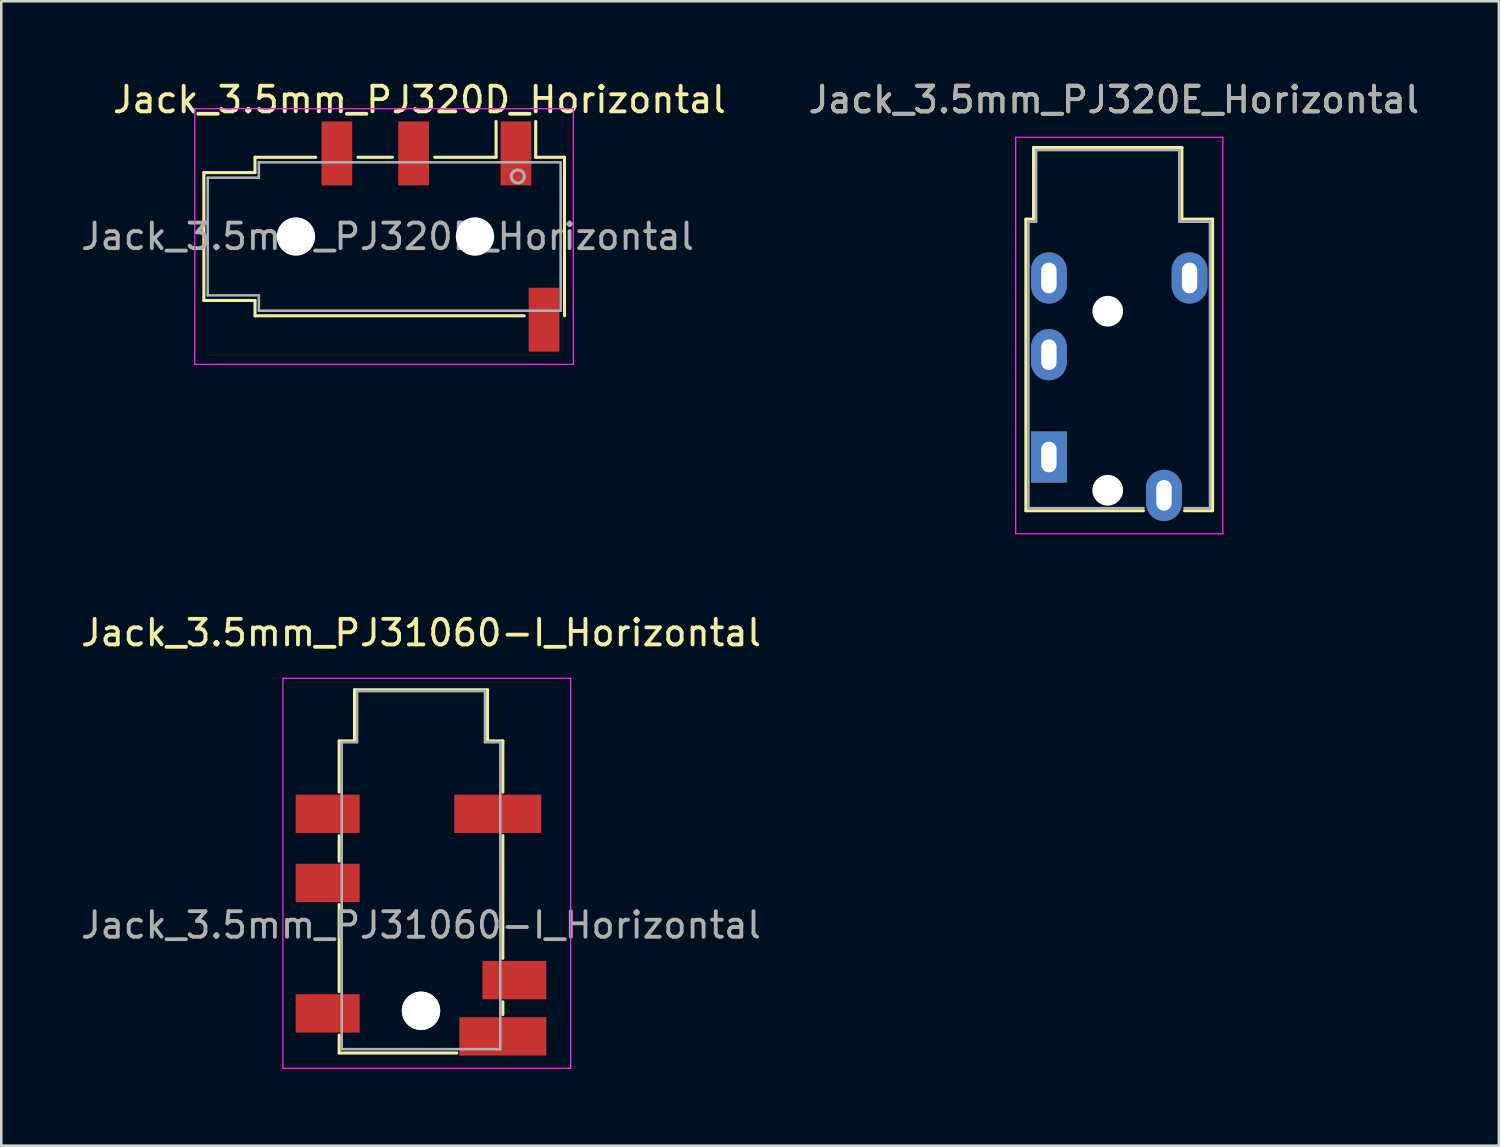
<source format=kicad_pcb>
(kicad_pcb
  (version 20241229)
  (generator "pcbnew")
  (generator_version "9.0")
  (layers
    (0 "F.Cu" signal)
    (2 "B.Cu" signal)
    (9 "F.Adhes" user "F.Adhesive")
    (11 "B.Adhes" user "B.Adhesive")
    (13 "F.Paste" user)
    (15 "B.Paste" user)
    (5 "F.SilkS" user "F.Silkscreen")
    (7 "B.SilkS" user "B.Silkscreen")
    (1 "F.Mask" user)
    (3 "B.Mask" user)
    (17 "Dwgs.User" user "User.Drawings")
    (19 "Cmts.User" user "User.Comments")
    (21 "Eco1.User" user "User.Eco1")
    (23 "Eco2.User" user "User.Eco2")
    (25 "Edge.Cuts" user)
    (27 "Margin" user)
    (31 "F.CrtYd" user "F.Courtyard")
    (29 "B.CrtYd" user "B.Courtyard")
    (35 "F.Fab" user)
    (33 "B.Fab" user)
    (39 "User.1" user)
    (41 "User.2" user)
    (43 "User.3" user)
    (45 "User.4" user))
  (footprint "Jack_3.5mm_PJ31060-I_Horizontal"
    (layer "F.Cu")
    (at 13.411 33.121)
    (property "Reference" "Jack_3.5mm_PJ31060-I_Horizontal" (at 0 -11.43 0) (layer "F.SilkS") (effects (font (size 1 1) (thickness 0.15))))
    (attr smd)
    (fp_line (start -3.2 -7.2) (end -2.6 -7.2) (stroke (width 0.12) (type solid)) (layer "F.SilkS"))
    (fp_line (start -3.2 -5.2) (end -3.2 -7.2) (stroke (width 0.12) (type solid)) (layer "F.SilkS"))
    (fp_line (start -3.2 -2.5) (end -3.2 -3.5) (stroke (width 0.12) (type solid)) (layer "F.SilkS"))
    (fp_line (start -3.2 2.6) (end -3.2 -0.8) (stroke (width 0.12) (type solid)) (layer "F.SilkS"))
    (fp_line (start -3.2 5) (end -3.2 4.3) (stroke (width 0.12) (type solid)) (layer "F.SilkS"))
    (fp_line (start -2.6 -9.2) (end 2.6 -9.2) (stroke (width 0.12) (type solid)) (layer "F.SilkS"))
    (fp_line (start -2.6 -7.2) (end -2.6 -9.2) (stroke (width 0.12) (type solid)) (layer "F.SilkS"))
    (fp_line (start 1.4 5) (end -3.2 5) (stroke (width 0.12) (type solid)) (layer "F.SilkS"))
    (fp_line (start 2.6 -9.2) (end 2.6 -7.2) (stroke (width 0.12) (type solid)) (layer "F.SilkS"))
    (fp_line (start 2.6 -7.2) (end 3.2 -7.2) (stroke (width 0.12) (type solid)) (layer "F.SilkS"))
    (fp_line (start 3.2 -7.2) (end 3.2 -5.2) (stroke (width 0.12) (type solid)) (layer "F.SilkS"))
    (fp_line (start 3.2 -3.5) (end 3.2 1.3) (stroke (width 0.12) (type solid)) (layer "F.SilkS"))
    (fp_line (start 3.2 3) (end 3.2 3.5) (stroke (width 0.12) (type solid)) (layer "F.SilkS"))
    (fp_line (start -5.4 -9.65) (end -5.4 5.6) (stroke (width 0.05) (type solid)) (layer "F.CrtYd"))
    (fp_line (start -5.4 -9.65) (end 5.85 -9.65) (stroke (width 0.05) (type solid)) (layer "F.CrtYd"))
    (fp_line (start 5.85 5.6) (end -5.4 5.6) (stroke (width 0.05) (type solid)) (layer "F.CrtYd"))
    (fp_line (start 5.85 5.6) (end 5.85 -9.65) (stroke (width 0.05) (type solid)) (layer "F.CrtYd"))
    (fp_line (start -3.1 -7.15) (end -3.1 4.85) (stroke (width 0.1) (type solid)) (layer "F.Fab"))
    (fp_line (start -2.5 -9.15) (end -2.5 -7.15) (stroke (width 0.1) (type solid)) (layer "F.Fab"))
    (fp_line (start -2.5 -7.15) (end -3.1 -7.15) (stroke (width 0.1) (type solid)) (layer "F.Fab"))
    (fp_line (start 2.5 -9.15) (end -2.5 -9.15) (stroke (width 0.1) (type solid)) (layer "F.Fab"))
    (fp_line (start 2.5 -7.15) (end 2.5 -9.15) (stroke (width 0.1) (type solid)) (layer "F.Fab"))
    (fp_line (start 2.5 -7.15) (end 3.1 -7.15) (stroke (width 0.1) (type solid)) (layer "F.Fab"))
    (fp_line (start 3.1 -7.15) (end 3.1 4.85) (stroke (width 0.1) (type solid)) (layer "F.Fab"))
    (fp_line (start 3.1 4.85) (end -3.1 4.85) (stroke (width 0.1) (type solid)) (layer "F.Fab"))
    (fp_text user "${REFERENCE}" (at 0 0 0) (layer "F.Fab") (effects (font (size 1 1) (thickness 0.15))))
    (pad "" np_thru_hole circle (at 0 3.35) (size 1.5 1.5) (drill 1.5) (layers "*.Cu" "*.Mask" "F.SilkS"))
    (pad "1" smd rect (at -3.65 -4.35) (size 2.5 1.5) (layers "F.Cu" "F.Mask" "F.Paste"))
    (pad "2" smd rect (at 3.65 2.15) (size 2.5 1.5) (layers "F.Cu" "F.Mask" "F.Paste"))
    (pad "3" smd rect (at -3.65 -1.65) (size 2.5 1.5) (layers "F.Cu" "F.Mask" "F.Paste"))
    (pad "4" smd rect (at 3 -4.35) (size 3.4 1.5) (layers "F.Cu" "F.Mask" "F.Paste"))
    (pad "5" smd rect (at 3.2 4.35) (size 3.4 1.5) (layers "F.Cu" "F.Mask" "F.Paste"))
    (pad "6" smd rect (at -3.65 3.45) (size 2.5 1.5) (layers "F.Cu" "F.Mask" "F.Paste")))
  (footprint "Jack_3.5mm_PJ320D_Horizontal"
    (layer "F.Cu")
    (at 13.296 6.198)
    (property "Reference" "Jack_3.5mm_PJ320D_Horizontal" (at 0.05 -5.35 0) (layer "F.SilkS") (effects (font (size 1 1) (thickness 0.15))))
    (attr smd)
    (fp_line (start -8.375 -2.5) (end -8.375 2.5) (stroke (width 0.12) (type solid)) (layer "F.SilkS"))
    (fp_line (start -6.375 -3.1) (end -6.375 -2.5) (stroke (width 0.12) (type solid)) (layer "F.SilkS"))
    (fp_line (start -6.375 -3.1) (end -4 -3.1) (stroke (width 0.12) (type solid)) (layer "F.SilkS"))
    (fp_line (start -6.375 -2.5) (end -8.375 -2.5) (stroke (width 0.12) (type solid)) (layer "F.SilkS"))
    (fp_line (start -6.375 2.5) (end -8.375 2.5) (stroke (width 0.12) (type solid)) (layer "F.SilkS"))
    (fp_line (start -6.375 2.5) (end -6.375 3.1) (stroke (width 0.12) (type solid)) (layer "F.SilkS"))
    (fp_line (start -2.35 -3.1) (end -1 -3.1) (stroke (width 0.12) (type solid)) (layer "F.SilkS"))
    (fp_line (start 0.65 -3.1) (end 3.05 -3.1) (stroke (width 0.12) (type solid)) (layer "F.SilkS"))
    (fp_line (start 3.05 -3.1) (end 3.05 -4.5) (stroke (width 0.12) (type solid)) (layer "F.SilkS"))
    (fp_line (start 4.15 3.1) (end -6.375 3.1) (stroke (width 0.12) (type solid)) (layer "F.SilkS"))
    (fp_line (start 4.6 -3.1) (end 4.6 -4.5) (stroke (width 0.12) (type solid)) (layer "F.SilkS"))
    (fp_line (start 4.6 -3.1) (end 5.725 -3.1) (stroke (width 0.12) (type solid)) (layer "F.SilkS"))
    (fp_line (start 5.725 3.1) (end 5.725 -3.1) (stroke (width 0.12) (type solid)) (layer "F.SilkS"))
    (fp_line (start -8.73 -5) (end 6.07 -5) (stroke (width 0.05) (type solid)) (layer "F.CrtYd"))
    (fp_line (start -8.73 5) (end -8.73 -5) (stroke (width 0.05) (type solid)) (layer "F.CrtYd"))
    (fp_line (start -8.73 5) (end 6.07 5) (stroke (width 0.05) (type solid)) (layer "F.CrtYd"))
    (fp_line (start 6.07 5) (end 6.07 -5) (stroke (width 0.05) (type solid)) (layer "F.CrtYd"))
    (fp_line (start -8.225 -2.3) (end -6.225 -2.3) (stroke (width 0.1) (type solid)) (layer "F.Fab"))
    (fp_line (start -8.225 2.3) (end -8.225 -2.3) (stroke (width 0.1) (type solid)) (layer "F.Fab"))
    (fp_line (start -6.225 -2.9) (end 5.575 -2.9) (stroke (width 0.1) (type solid)) (layer "F.Fab"))
    (fp_line (start -6.225 -2.3) (end -6.225 -2.9) (stroke (width 0.1) (type solid)) (layer "F.Fab"))
    (fp_line (start -6.225 2.3) (end -8.225 2.3) (stroke (width 0.1) (type solid)) (layer "F.Fab"))
    (fp_line (start -6.225 2.9) (end -6.225 2.3) (stroke (width 0.1) (type solid)) (layer "F.Fab"))
    (fp_line (start 5.575 -2.9) (end 5.575 2.9) (stroke (width 0.1) (type solid)) (layer "F.Fab"))
    (fp_line (start 5.575 2.9) (end -6.225 2.9) (stroke (width 0.1) (type solid)) (layer "F.Fab"))
    (fp_circle (center 3.9 -2.35) (end 3.95 -2.1) (stroke (width 0.12) (type solid)) (fill no) (layer "F.Fab"))
    (fp_text user "${REFERENCE}" (at -1.195 0 0) (layer "F.Fab") (effects (font (size 1 1) (thickness 0.15))))
    (pad "" np_thru_hole circle (at -4.775 0) (size 1.5 1.5) (drill 1.5) (layers "*.Cu" "*.Mask"))
    (pad "" np_thru_hole circle (at 2.225 0) (size 1.5 1.5) (drill 1.5) (layers "*.Cu" "*.Mask"))
    (pad "1" smd rect (at 3.825 -3.25) (size 1.2 2.5) (layers "F.Cu" "F.Mask" "F.Paste"))
    (pad "2" smd rect (at -0.175 -3.25) (size 1.2 2.5) (layers "F.Cu" "F.Mask" "F.Paste"))
    (pad "3" smd rect (at -3.175 -3.25) (size 1.2 2.5) (layers "F.Cu" "F.Mask" "F.Paste"))
    (pad "4" smd rect (at 4.925 3.25) (size 1.2 2.5) (layers "F.Cu" "F.Mask" "F.Paste")))
  (footprint "Jack_3.5mm_PJ320E_Horizontal"
    (layer "F.Cu")
    (at 37.961 14.818)
    (property "Reference" "Jack_3.5mm_PJ320E_Horizontal" (at 2.54 -13.97 0) (layer "F.SilkS") (effects (font (size 1 1) (thickness 0.15))))
    (attr through_hole)
    (fp_line (start -0.9 -9.3) (end -0.9 2.1) (stroke (width 0.12) (type solid)) (layer "F.SilkS"))
    (fp_line (start -0.9 -9.3) (end -0.6 -9.3) (stroke (width 0.12) (type solid)) (layer "F.SilkS"))
    (fp_line (start -0.9 2.1) (end 3.7 2.1) (stroke (width 0.12) (type solid)) (layer "F.SilkS"))
    (fp_line (start -0.6 -9.3) (end -0.6 -12.1) (stroke (width 0.12) (type solid)) (layer "F.SilkS"))
    (fp_line (start 5.2 -12.1) (end -0.6 -12.1) (stroke (width 0.12) (type solid)) (layer "F.SilkS"))
    (fp_line (start 5.2 -9.3) (end 5.2 -12.1) (stroke (width 0.12) (type solid)) (layer "F.SilkS"))
    (fp_line (start 5.2 -9.3) (end 6.4 -9.3) (stroke (width 0.12) (type solid)) (layer "F.SilkS"))
    (fp_line (start 6.4 -9.3) (end 6.4 2.1) (stroke (width 0.12) (type solid)) (layer "F.SilkS"))
    (fp_line (start 6.4 2.1) (end 5.3 2.1) (stroke (width 0.12) (type solid)) (layer "F.SilkS"))
    (fp_line (start -1.3 -12.5) (end -1.3 3) (stroke (width 0.05) (type solid)) (layer "F.CrtYd"))
    (fp_line (start -1.3 -12.5) (end 6.8 -12.5) (stroke (width 0.05) (type solid)) (layer "F.CrtYd"))
    (fp_line (start -1.3 3) (end 6.8 3) (stroke (width 0.05) (type solid)) (layer "F.CrtYd"))
    (fp_line (start 6.8 -12.5) (end 6.8 3) (stroke (width 0.05) (type solid)) (layer "F.CrtYd"))
    (fp_line (start -0.8 -9.2) (end -0.5 -9.2) (stroke (width 0.1) (type solid)) (layer "F.Fab"))
    (fp_line (start -0.8 2) (end -0.8 -9.2) (stroke (width 0.1) (type solid)) (layer "F.Fab"))
    (fp_line (start -0.5 -12) (end 5.1 -12) (stroke (width 0.1) (type solid)) (layer "F.Fab"))
    (fp_line (start -0.5 -9.2) (end -0.5 -12) (stroke (width 0.1) (type solid)) (layer "F.Fab"))
    (fp_line (start 3.7 2) (end -0.8 2) (stroke (width 0.1) (type solid)) (layer "F.Fab"))
    (fp_line (start 5.1 -12) (end 5.1 -9.2) (stroke (width 0.1) (type solid)) (layer "F.Fab"))
    (fp_line (start 5.1 -9.2) (end 6.3 -9.2) (stroke (width 0.1) (type solid)) (layer "F.Fab"))
    (fp_line (start 6.3 -9.2) (end 6.3 2) (stroke (width 0.1) (type solid)) (layer "F.Fab"))
    (fp_line (start 6.3 2) (end 5.3 2) (stroke (width 0.1) (type solid)) (layer "F.Fab"))
    (fp_text user "${REFERENCE}" (at 2.54 -13.97 0) (layer "F.Fab") (effects (font (size 1 1) (thickness 0.15))))
    (pad "" np_thru_hole circle (at 2.3 -5.7 270) (size 1.2 1.2) (drill 1.2) (layers "*.Cu" "*.Mask"))
    (pad "" np_thru_hole circle (at 2.3 1.3 270) (size 1.2 1.2) (drill 1.2) (layers "*.Cu" "*.Mask"))
    (pad "1" thru_hole rect (at 0 0 270) (size 2 1.4) (drill oval 1.2 0.6) (layers "*.Cu" "*.Mask"))
    (pad "2" thru_hole oval (at 0 -4 270) (size 2 1.4) (drill oval 1.2 0.6) (layers "*.Cu" "*.Mask"))
    (pad "3" thru_hole oval (at 0 -7 270) (size 2 1.4) (drill oval 1.2 0.6) (layers "*.Cu" "*.Mask"))
    (pad "4" thru_hole oval (at 4.5 1.5 270) (size 2 1.4) (drill oval 1.2 0.6) (layers "*.Cu" "*.Mask"))
    (pad "5" thru_hole oval (at 5.5 -7 270) (size 2 1.4) (drill oval 1.2 0.6) (layers "*.Cu" "*.Mask")))
  (gr_rect
    (start -3 -3)
    (end 55.555 41.746)
    (stroke (width 0.1) (type default))
    (fill no)
    (layer "Edge.Cuts")))
</source>
